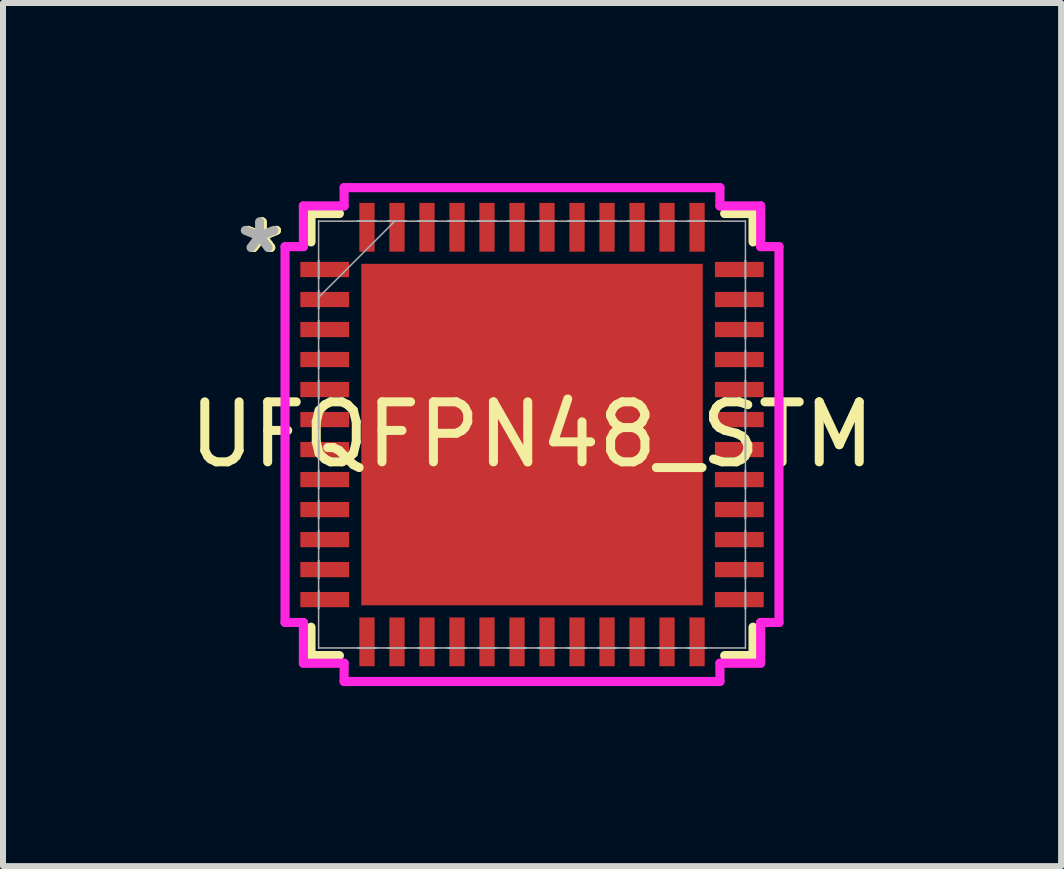
<source format=kicad_pcb>
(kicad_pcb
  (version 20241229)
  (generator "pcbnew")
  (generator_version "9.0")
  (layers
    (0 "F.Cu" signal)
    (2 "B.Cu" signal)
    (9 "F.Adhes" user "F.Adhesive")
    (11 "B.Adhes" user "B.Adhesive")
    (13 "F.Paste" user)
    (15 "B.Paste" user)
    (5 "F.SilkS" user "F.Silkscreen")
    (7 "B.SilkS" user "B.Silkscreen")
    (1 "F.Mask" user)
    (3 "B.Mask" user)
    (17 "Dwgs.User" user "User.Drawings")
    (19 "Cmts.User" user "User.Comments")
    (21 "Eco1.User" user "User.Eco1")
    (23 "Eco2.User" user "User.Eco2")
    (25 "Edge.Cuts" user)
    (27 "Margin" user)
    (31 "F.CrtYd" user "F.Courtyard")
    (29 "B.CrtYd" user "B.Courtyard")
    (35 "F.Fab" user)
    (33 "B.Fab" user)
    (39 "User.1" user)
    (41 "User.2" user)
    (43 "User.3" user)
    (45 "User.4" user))
  (footprint "UFQFPN48_STM"
    (layer "F.Cu")
    (at 5.815 4.191)
    (property "Reference" "UFQFPN48_STM" (at 0 0 0) (unlocked yes) (layer "F.SilkS") (effects (font (size 1 1) (thickness 0.15))))
    (attr smd)
    (fp_line (start -3.683 -3.683) (end -3.683 -3.21) (stroke (width 0.152) (type solid)) (layer "F.SilkS"))
    (fp_line (start -3.683 3.21) (end -3.683 3.683) (stroke (width 0.152) (type solid)) (layer "F.SilkS"))
    (fp_line (start -3.683 3.683) (end -3.21 3.683) (stroke (width 0.152) (type solid)) (layer "F.SilkS"))
    (fp_line (start -3.21 -3.683) (end -3.683 -3.683) (stroke (width 0.152) (type solid)) (layer "F.SilkS"))
    (fp_line (start 3.21 3.683) (end 3.683 3.683) (stroke (width 0.152) (type solid)) (layer "F.SilkS"))
    (fp_line (start 3.683 -3.683) (end 3.21 -3.683) (stroke (width 0.152) (type solid)) (layer "F.SilkS"))
    (fp_line (start 3.683 -3.21) (end 3.683 -3.683) (stroke (width 0.152) (type solid)) (layer "F.SilkS"))
    (fp_line (start 3.683 3.683) (end 3.683 3.21) (stroke (width 0.152) (type solid)) (layer "F.SilkS"))
    (fp_poly (pts (xy -2.745 -2.745) (xy -2.745 -1.522) (xy -1.522 -1.522) (xy -1.522 -2.745)) (stroke (width 0) (type solid)) (fill yes) (layer "F.Paste"))
    (fp_poly (pts (xy -2.745 -1.322) (xy -2.745 -0.1) (xy -1.522 -0.1) (xy -1.522 -1.322)) (stroke (width 0) (type solid)) (fill yes) (layer "F.Paste"))
    (fp_poly (pts (xy -2.745 0.1) (xy -2.745 1.322) (xy -1.522 1.322) (xy -1.522 0.1)) (stroke (width 0) (type solid)) (fill yes) (layer "F.Paste"))
    (fp_poly (pts (xy -2.745 1.522) (xy -2.745 2.745) (xy -1.522 2.745) (xy -1.522 1.522)) (stroke (width 0) (type solid)) (fill yes) (layer "F.Paste"))
    (fp_poly (pts (xy -1.322 -2.745) (xy -1.322 -1.522) (xy -0.1 -1.522) (xy -0.1 -2.745)) (stroke (width 0) (type solid)) (fill yes) (layer "F.Paste"))
    (fp_poly (pts (xy -1.322 -1.322) (xy -1.322 -0.1) (xy -0.1 -0.1) (xy -0.1 -1.322)) (stroke (width 0) (type solid)) (fill yes) (layer "F.Paste"))
    (fp_poly (pts (xy -1.322 0.1) (xy -1.322 1.322) (xy -0.1 1.322) (xy -0.1 0.1)) (stroke (width 0) (type solid)) (fill yes) (layer "F.Paste"))
    (fp_poly (pts (xy -1.322 1.522) (xy -1.322 2.745) (xy -0.1 2.745) (xy -0.1 1.522)) (stroke (width 0) (type solid)) (fill yes) (layer "F.Paste"))
    (fp_poly (pts (xy 0.1 -2.745) (xy 0.1 -1.522) (xy 1.322 -1.522) (xy 1.322 -2.745)) (stroke (width 0) (type solid)) (fill yes) (layer "F.Paste"))
    (fp_poly (pts (xy 0.1 -1.322) (xy 0.1 -0.1) (xy 1.322 -0.1) (xy 1.322 -1.322)) (stroke (width 0) (type solid)) (fill yes) (layer "F.Paste"))
    (fp_poly (pts (xy 0.1 0.1) (xy 0.1 1.322) (xy 1.322 1.322) (xy 1.322 0.1)) (stroke (width 0) (type solid)) (fill yes) (layer "F.Paste"))
    (fp_poly (pts (xy 0.1 1.522) (xy 0.1 2.745) (xy 1.322 2.745) (xy 1.322 1.522)) (stroke (width 0) (type solid)) (fill yes) (layer "F.Paste"))
    (fp_poly (pts (xy 1.522 -2.745) (xy 1.522 -1.522) (xy 2.745 -1.522) (xy 2.745 -2.745)) (stroke (width 0) (type solid)) (fill yes) (layer "F.Paste"))
    (fp_poly (pts (xy 1.522 -1.322) (xy 1.522 -0.1) (xy 2.745 -0.1) (xy 2.745 -1.322)) (stroke (width 0) (type solid)) (fill yes) (layer "F.Paste"))
    (fp_poly (pts (xy 1.522 0.1) (xy 1.522 1.322) (xy 2.745 1.322) (xy 2.745 0.1)) (stroke (width 0) (type solid)) (fill yes) (layer "F.Paste"))
    (fp_poly (pts (xy 1.522 1.522) (xy 1.522 2.745) (xy 2.745 2.745) (xy 2.745 1.522)) (stroke (width 0) (type solid)) (fill yes) (layer "F.Paste"))
    (fp_line (start -4.115 -3.131) (end -3.81 -3.131) (stroke (width 0.152) (type solid)) (layer "F.CrtYd"))
    (fp_line (start -4.115 3.131) (end -4.115 -3.131) (stroke (width 0.152) (type solid)) (layer "F.CrtYd"))
    (fp_line (start -3.81 -3.81) (end -3.131 -3.81) (stroke (width 0.152) (type solid)) (layer "F.CrtYd"))
    (fp_line (start -3.81 -3.131) (end -3.81 -3.81) (stroke (width 0.152) (type solid)) (layer "F.CrtYd"))
    (fp_line (start -3.81 3.131) (end -4.115 3.131) (stroke (width 0.152) (type solid)) (layer "F.CrtYd"))
    (fp_line (start -3.81 3.81) (end -3.81 3.131) (stroke (width 0.152) (type solid)) (layer "F.CrtYd"))
    (fp_line (start -3.131 -4.115) (end 3.131 -4.115) (stroke (width 0.152) (type solid)) (layer "F.CrtYd"))
    (fp_line (start -3.131 -3.81) (end -3.131 -4.115) (stroke (width 0.152) (type solid)) (layer "F.CrtYd"))
    (fp_line (start -3.131 3.81) (end -3.81 3.81) (stroke (width 0.152) (type solid)) (layer "F.CrtYd"))
    (fp_line (start -3.131 4.115) (end -3.131 3.81) (stroke (width 0.152) (type solid)) (layer "F.CrtYd"))
    (fp_line (start 3.131 -4.115) (end 3.131 -3.81) (stroke (width 0.152) (type solid)) (layer "F.CrtYd"))
    (fp_line (start 3.131 -3.81) (end 3.81 -3.81) (stroke (width 0.152) (type solid)) (layer "F.CrtYd"))
    (fp_line (start 3.131 3.81) (end 3.131 4.115) (stroke (width 0.152) (type solid)) (layer "F.CrtYd"))
    (fp_line (start 3.131 4.115) (end -3.131 4.115) (stroke (width 0.152) (type solid)) (layer "F.CrtYd"))
    (fp_line (start 3.81 -3.81) (end 3.81 -3.131) (stroke (width 0.152) (type solid)) (layer "F.CrtYd"))
    (fp_line (start 3.81 -3.131) (end 4.115 -3.131) (stroke (width 0.152) (type solid)) (layer "F.CrtYd"))
    (fp_line (start 3.81 3.131) (end 3.81 3.81) (stroke (width 0.152) (type solid)) (layer "F.CrtYd"))
    (fp_line (start 3.81 3.81) (end 3.131 3.81) (stroke (width 0.152) (type solid)) (layer "F.CrtYd"))
    (fp_line (start 4.115 -3.131) (end 4.115 3.131) (stroke (width 0.152) (type solid)) (layer "F.CrtYd"))
    (fp_line (start 4.115 3.131) (end 3.81 3.131) (stroke (width 0.152) (type solid)) (layer "F.CrtYd"))
    (fp_line (start -3.556 -3.556) (end -3.556 -3.556) (stroke (width 0.025) (type solid)) (layer "F.Fab"))
    (fp_line (start -3.556 -3.556) (end -3.556 3.556) (stroke (width 0.025) (type solid)) (layer "F.Fab"))
    (fp_line (start -3.556 -2.902) (end -3.556 -2.902) (stroke (width 0.025) (type solid)) (layer "F.Fab"))
    (fp_line (start -3.556 -2.902) (end -3.556 -2.598) (stroke (width 0.025) (type solid)) (layer "F.Fab"))
    (fp_line (start -3.556 -2.598) (end -3.556 -2.902) (stroke (width 0.025) (type solid)) (layer "F.Fab"))
    (fp_line (start -3.556 -2.598) (end -3.556 -2.598) (stroke (width 0.025) (type solid)) (layer "F.Fab"))
    (fp_line (start -3.556 -2.402) (end -3.556 -2.402) (stroke (width 0.025) (type solid)) (layer "F.Fab"))
    (fp_line (start -3.556 -2.402) (end -3.556 -2.098) (stroke (width 0.025) (type solid)) (layer "F.Fab"))
    (fp_line (start -3.556 -2.286) (end -2.286 -3.556) (stroke (width 0.025) (type solid)) (layer "F.Fab"))
    (fp_line (start -3.556 -2.098) (end -3.556 -2.402) (stroke (width 0.025) (type solid)) (layer "F.Fab"))
    (fp_line (start -3.556 -2.098) (end -3.556 -2.098) (stroke (width 0.025) (type solid)) (layer "F.Fab"))
    (fp_line (start -3.556 -1.902) (end -3.556 -1.902) (stroke (width 0.025) (type solid)) (layer "F.Fab"))
    (fp_line (start -3.556 -1.902) (end -3.556 -1.598) (stroke (width 0.025) (type solid)) (layer "F.Fab"))
    (fp_line (start -3.556 -1.598) (end -3.556 -1.902) (stroke (width 0.025) (type solid)) (layer "F.Fab"))
    (fp_line (start -3.556 -1.598) (end -3.556 -1.598) (stroke (width 0.025) (type solid)) (layer "F.Fab"))
    (fp_line (start -3.556 -1.402) (end -3.556 -1.402) (stroke (width 0.025) (type solid)) (layer "F.Fab"))
    (fp_line (start -3.556 -1.402) (end -3.556 -1.098) (stroke (width 0.025) (type solid)) (layer "F.Fab"))
    (fp_line (start -3.556 -1.098) (end -3.556 -1.402) (stroke (width 0.025) (type solid)) (layer "F.Fab"))
    (fp_line (start -3.556 -1.098) (end -3.556 -1.098) (stroke (width 0.025) (type solid)) (layer "F.Fab"))
    (fp_line (start -3.556 -0.902) (end -3.556 -0.902) (stroke (width 0.025) (type solid)) (layer "F.Fab"))
    (fp_line (start -3.556 -0.902) (end -3.556 -0.598) (stroke (width 0.025) (type solid)) (layer "F.Fab"))
    (fp_line (start -3.556 -0.598) (end -3.556 -0.902) (stroke (width 0.025) (type solid)) (layer "F.Fab"))
    (fp_line (start -3.556 -0.598) (end -3.556 -0.598) (stroke (width 0.025) (type solid)) (layer "F.Fab"))
    (fp_line (start -3.556 -0.402) (end -3.556 -0.402) (stroke (width 0.025) (type solid)) (layer "F.Fab"))
    (fp_line (start -3.556 -0.402) (end -3.556 -0.098) (stroke (width 0.025) (type solid)) (layer "F.Fab"))
    (fp_line (start -3.556 -0.098) (end -3.556 -0.402) (stroke (width 0.025) (type solid)) (layer "F.Fab"))
    (fp_line (start -3.556 -0.098) (end -3.556 -0.098) (stroke (width 0.025) (type solid)) (layer "F.Fab"))
    (fp_line (start -3.556 0.098) (end -3.556 0.098) (stroke (width 0.025) (type solid)) (layer "F.Fab"))
    (fp_line (start -3.556 0.098) (end -3.556 0.402) (stroke (width 0.025) (type solid)) (layer "F.Fab"))
    (fp_line (start -3.556 0.402) (end -3.556 0.098) (stroke (width 0.025) (type solid)) (layer "F.Fab"))
    (fp_line (start -3.556 0.402) (end -3.556 0.402) (stroke (width 0.025) (type solid)) (layer "F.Fab"))
    (fp_line (start -3.556 0.598) (end -3.556 0.598) (stroke (width 0.025) (type solid)) (layer "F.Fab"))
    (fp_line (start -3.556 0.598) (end -3.556 0.902) (stroke (width 0.025) (type solid)) (layer "F.Fab"))
    (fp_line (start -3.556 0.902) (end -3.556 0.598) (stroke (width 0.025) (type solid)) (layer "F.Fab"))
    (fp_line (start -3.556 0.902) (end -3.556 0.902) (stroke (width 0.025) (type solid)) (layer "F.Fab"))
    (fp_line (start -3.556 1.098) (end -3.556 1.098) (stroke (width 0.025) (type solid)) (layer "F.Fab"))
    (fp_line (start -3.556 1.098) (end -3.556 1.402) (stroke (width 0.025) (type solid)) (layer "F.Fab"))
    (fp_line (start -3.556 1.402) (end -3.556 1.098) (stroke (width 0.025) (type solid)) (layer "F.Fab"))
    (fp_line (start -3.556 1.402) (end -3.556 1.402) (stroke (width 0.025) (type solid)) (layer "F.Fab"))
    (fp_line (start -3.556 1.598) (end -3.556 1.598) (stroke (width 0.025) (type solid)) (layer "F.Fab"))
    (fp_line (start -3.556 1.598) (end -3.556 1.902) (stroke (width 0.025) (type solid)) (layer "F.Fab"))
    (fp_line (start -3.556 1.902) (end -3.556 1.598) (stroke (width 0.025) (type solid)) (layer "F.Fab"))
    (fp_line (start -3.556 1.902) (end -3.556 1.902) (stroke (width 0.025) (type solid)) (layer "F.Fab"))
    (fp_line (start -3.556 2.098) (end -3.556 2.098) (stroke (width 0.025) (type solid)) (layer "F.Fab"))
    (fp_line (start -3.556 2.098) (end -3.556 2.402) (stroke (width 0.025) (type solid)) (layer "F.Fab"))
    (fp_line (start -3.556 2.402) (end -3.556 2.098) (stroke (width 0.025) (type solid)) (layer "F.Fab"))
    (fp_line (start -3.556 2.402) (end -3.556 2.402) (stroke (width 0.025) (type solid)) (layer "F.Fab"))
    (fp_line (start -3.556 2.598) (end -3.556 2.598) (stroke (width 0.025) (type solid)) (layer "F.Fab"))
    (fp_line (start -3.556 2.598) (end -3.556 2.902) (stroke (width 0.025) (type solid)) (layer "F.Fab"))
    (fp_line (start -3.556 2.902) (end -3.556 2.598) (stroke (width 0.025) (type solid)) (layer "F.Fab"))
    (fp_line (start -3.556 2.902) (end -3.556 2.902) (stroke (width 0.025) (type solid)) (layer "F.Fab"))
    (fp_line (start -3.556 3.556) (end -3.556 3.556) (stroke (width 0.025) (type solid)) (layer "F.Fab"))
    (fp_line (start -3.556 3.556) (end 3.556 3.556) (stroke (width 0.025) (type solid)) (layer "F.Fab"))
    (fp_line (start -2.902 -3.556) (end -2.902 -3.556) (stroke (width 0.025) (type solid)) (layer "F.Fab"))
    (fp_line (start -2.902 -3.556) (end -2.598 -3.556) (stroke (width 0.025) (type solid)) (layer "F.Fab"))
    (fp_line (start -2.902 3.556) (end -2.902 3.556) (stroke (width 0.025) (type solid)) (layer "F.Fab"))
    (fp_line (start -2.902 3.556) (end -2.598 3.556) (stroke (width 0.025) (type solid)) (layer "F.Fab"))
    (fp_line (start -2.598 -3.556) (end -2.902 -3.556) (stroke (width 0.025) (type solid)) (layer "F.Fab"))
    (fp_line (start -2.598 -3.556) (end -2.598 -3.556) (stroke (width 0.025) (type solid)) (layer "F.Fab"))
    (fp_line (start -2.598 3.556) (end -2.902 3.556) (stroke (width 0.025) (type solid)) (layer "F.Fab"))
    (fp_line (start -2.598 3.556) (end -2.598 3.556) (stroke (width 0.025) (type solid)) (layer "F.Fab"))
    (fp_line (start -2.402 -3.556) (end -2.402 -3.556) (stroke (width 0.025) (type solid)) (layer "F.Fab"))
    (fp_line (start -2.402 -3.556) (end -2.098 -3.556) (stroke (width 0.025) (type solid)) (layer "F.Fab"))
    (fp_line (start -2.402 3.556) (end -2.402 3.556) (stroke (width 0.025) (type solid)) (layer "F.Fab"))
    (fp_line (start -2.402 3.556) (end -2.098 3.556) (stroke (width 0.025) (type solid)) (layer "F.Fab"))
    (fp_line (start -2.098 -3.556) (end -2.402 -3.556) (stroke (width 0.025) (type solid)) (layer "F.Fab"))
    (fp_line (start -2.098 -3.556) (end -2.098 -3.556) (stroke (width 0.025) (type solid)) (layer "F.Fab"))
    (fp_line (start -2.098 3.556) (end -2.402 3.556) (stroke (width 0.025) (type solid)) (layer "F.Fab"))
    (fp_line (start -2.098 3.556) (end -2.098 3.556) (stroke (width 0.025) (type solid)) (layer "F.Fab"))
    (fp_line (start -1.902 -3.556) (end -1.902 -3.556) (stroke (width 0.025) (type solid)) (layer "F.Fab"))
    (fp_line (start -1.902 -3.556) (end -1.598 -3.556) (stroke (width 0.025) (type solid)) (layer "F.Fab"))
    (fp_line (start -1.902 3.556) (end -1.902 3.556) (stroke (width 0.025) (type solid)) (layer "F.Fab"))
    (fp_line (start -1.902 3.556) (end -1.598 3.556) (stroke (width 0.025) (type solid)) (layer "F.Fab"))
    (fp_line (start -1.598 -3.556) (end -1.902 -3.556) (stroke (width 0.025) (type solid)) (layer "F.Fab"))
    (fp_line (start -1.598 -3.556) (end -1.598 -3.556) (stroke (width 0.025) (type solid)) (layer "F.Fab"))
    (fp_line (start -1.598 3.556) (end -1.902 3.556) (stroke (width 0.025) (type solid)) (layer "F.Fab"))
    (fp_line (start -1.598 3.556) (end -1.598 3.556) (stroke (width 0.025) (type solid)) (layer "F.Fab"))
    (fp_line (start -1.402 -3.556) (end -1.402 -3.556) (stroke (width 0.025) (type solid)) (layer "F.Fab"))
    (fp_line (start -1.402 -3.556) (end -1.098 -3.556) (stroke (width 0.025) (type solid)) (layer "F.Fab"))
    (fp_line (start -1.402 3.556) (end -1.402 3.556) (stroke (width 0.025) (type solid)) (layer "F.Fab"))
    (fp_line (start -1.402 3.556) (end -1.098 3.556) (stroke (width 0.025) (type solid)) (layer "F.Fab"))
    (fp_line (start -1.098 -3.556) (end -1.402 -3.556) (stroke (width 0.025) (type solid)) (layer "F.Fab"))
    (fp_line (start -1.098 -3.556) (end -1.098 -3.556) (stroke (width 0.025) (type solid)) (layer "F.Fab"))
    (fp_line (start -1.098 3.556) (end -1.402 3.556) (stroke (width 0.025) (type solid)) (layer "F.Fab"))
    (fp_line (start -1.098 3.556) (end -1.098 3.556) (stroke (width 0.025) (type solid)) (layer "F.Fab"))
    (fp_line (start -0.902 -3.556) (end -0.902 -3.556) (stroke (width 0.025) (type solid)) (layer "F.Fab"))
    (fp_line (start -0.902 -3.556) (end -0.598 -3.556) (stroke (width 0.025) (type solid)) (layer "F.Fab"))
    (fp_line (start -0.902 3.556) (end -0.902 3.556) (stroke (width 0.025) (type solid)) (layer "F.Fab"))
    (fp_line (start -0.902 3.556) (end -0.598 3.556) (stroke (width 0.025) (type solid)) (layer "F.Fab"))
    (fp_line (start -0.598 -3.556) (end -0.902 -3.556) (stroke (width 0.025) (type solid)) (layer "F.Fab"))
    (fp_line (start -0.598 -3.556) (end -0.598 -3.556) (stroke (width 0.025) (type solid)) (layer "F.Fab"))
    (fp_line (start -0.598 3.556) (end -0.902 3.556) (stroke (width 0.025) (type solid)) (layer "F.Fab"))
    (fp_line (start -0.598 3.556) (end -0.598 3.556) (stroke (width 0.025) (type solid)) (layer "F.Fab"))
    (fp_line (start -0.402 -3.556) (end -0.402 -3.556) (stroke (width 0.025) (type solid)) (layer "F.Fab"))
    (fp_line (start -0.402 -3.556) (end -0.098 -3.556) (stroke (width 0.025) (type solid)) (layer "F.Fab"))
    (fp_line (start -0.402 3.556) (end -0.402 3.556) (stroke (width 0.025) (type solid)) (layer "F.Fab"))
    (fp_line (start -0.402 3.556) (end -0.098 3.556) (stroke (width 0.025) (type solid)) (layer "F.Fab"))
    (fp_line (start -0.098 -3.556) (end -0.402 -3.556) (stroke (width 0.025) (type solid)) (layer "F.Fab"))
    (fp_line (start -0.098 -3.556) (end -0.098 -3.556) (stroke (width 0.025) (type solid)) (layer "F.Fab"))
    (fp_line (start -0.098 3.556) (end -0.402 3.556) (stroke (width 0.025) (type solid)) (layer "F.Fab"))
    (fp_line (start -0.098 3.556) (end -0.098 3.556) (stroke (width 0.025) (type solid)) (layer "F.Fab"))
    (fp_line (start 0.098 -3.556) (end 0.098 -3.556) (stroke (width 0.025) (type solid)) (layer "F.Fab"))
    (fp_line (start 0.098 -3.556) (end 0.402 -3.556) (stroke (width 0.025) (type solid)) (layer "F.Fab"))
    (fp_line (start 0.098 3.556) (end 0.098 3.556) (stroke (width 0.025) (type solid)) (layer "F.Fab"))
    (fp_line (start 0.098 3.556) (end 0.402 3.556) (stroke (width 0.025) (type solid)) (layer "F.Fab"))
    (fp_line (start 0.402 -3.556) (end 0.098 -3.556) (stroke (width 0.025) (type solid)) (layer "F.Fab"))
    (fp_line (start 0.402 -3.556) (end 0.402 -3.556) (stroke (width 0.025) (type solid)) (layer "F.Fab"))
    (fp_line (start 0.402 3.556) (end 0.098 3.556) (stroke (width 0.025) (type solid)) (layer "F.Fab"))
    (fp_line (start 0.402 3.556) (end 0.402 3.556) (stroke (width 0.025) (type solid)) (layer "F.Fab"))
    (fp_line (start 0.598 -3.556) (end 0.598 -3.556) (stroke (width 0.025) (type solid)) (layer "F.Fab"))
    (fp_line (start 0.598 -3.556) (end 0.902 -3.556) (stroke (width 0.025) (type solid)) (layer "F.Fab"))
    (fp_line (start 0.598 3.556) (end 0.598 3.556) (stroke (width 0.025) (type solid)) (layer "F.Fab"))
    (fp_line (start 0.598 3.556) (end 0.902 3.556) (stroke (width 0.025) (type solid)) (layer "F.Fab"))
    (fp_line (start 0.902 -3.556) (end 0.598 -3.556) (stroke (width 0.025) (type solid)) (layer "F.Fab"))
    (fp_line (start 0.902 -3.556) (end 0.902 -3.556) (stroke (width 0.025) (type solid)) (layer "F.Fab"))
    (fp_line (start 0.902 3.556) (end 0.598 3.556) (stroke (width 0.025) (type solid)) (layer "F.Fab"))
    (fp_line (start 0.902 3.556) (end 0.902 3.556) (stroke (width 0.025) (type solid)) (layer "F.Fab"))
    (fp_line (start 1.098 -3.556) (end 1.098 -3.556) (stroke (width 0.025) (type solid)) (layer "F.Fab"))
    (fp_line (start 1.098 -3.556) (end 1.402 -3.556) (stroke (width 0.025) (type solid)) (layer "F.Fab"))
    (fp_line (start 1.098 3.556) (end 1.098 3.556) (stroke (width 0.025) (type solid)) (layer "F.Fab"))
    (fp_line (start 1.098 3.556) (end 1.402 3.556) (stroke (width 0.025) (type solid)) (layer "F.Fab"))
    (fp_line (start 1.402 -3.556) (end 1.098 -3.556) (stroke (width 0.025) (type solid)) (layer "F.Fab"))
    (fp_line (start 1.402 -3.556) (end 1.402 -3.556) (stroke (width 0.025) (type solid)) (layer "F.Fab"))
    (fp_line (start 1.402 3.556) (end 1.098 3.556) (stroke (width 0.025) (type solid)) (layer "F.Fab"))
    (fp_line (start 1.402 3.556) (end 1.402 3.556) (stroke (width 0.025) (type solid)) (layer "F.Fab"))
    (fp_line (start 1.598 -3.556) (end 1.598 -3.556) (stroke (width 0.025) (type solid)) (layer "F.Fab"))
    (fp_line (start 1.598 -3.556) (end 1.902 -3.556) (stroke (width 0.025) (type solid)) (layer "F.Fab"))
    (fp_line (start 1.598 3.556) (end 1.598 3.556) (stroke (width 0.025) (type solid)) (layer "F.Fab"))
    (fp_line (start 1.598 3.556) (end 1.902 3.556) (stroke (width 0.025) (type solid)) (layer "F.Fab"))
    (fp_line (start 1.902 -3.556) (end 1.598 -3.556) (stroke (width 0.025) (type solid)) (layer "F.Fab"))
    (fp_line (start 1.902 -3.556) (end 1.902 -3.556) (stroke (width 0.025) (type solid)) (layer "F.Fab"))
    (fp_line (start 1.902 3.556) (end 1.598 3.556) (stroke (width 0.025) (type solid)) (layer "F.Fab"))
    (fp_line (start 1.902 3.556) (end 1.902 3.556) (stroke (width 0.025) (type solid)) (layer "F.Fab"))
    (fp_line (start 2.098 -3.556) (end 2.098 -3.556) (stroke (width 0.025) (type solid)) (layer "F.Fab"))
    (fp_line (start 2.098 -3.556) (end 2.402 -3.556) (stroke (width 0.025) (type solid)) (layer "F.Fab"))
    (fp_line (start 2.098 3.556) (end 2.098 3.556) (stroke (width 0.025) (type solid)) (layer "F.Fab"))
    (fp_line (start 2.098 3.556) (end 2.402 3.556) (stroke (width 0.025) (type solid)) (layer "F.Fab"))
    (fp_line (start 2.402 -3.556) (end 2.098 -3.556) (stroke (width 0.025) (type solid)) (layer "F.Fab"))
    (fp_line (start 2.402 -3.556) (end 2.402 -3.556) (stroke (width 0.025) (type solid)) (layer "F.Fab"))
    (fp_line (start 2.402 3.556) (end 2.098 3.556) (stroke (width 0.025) (type solid)) (layer "F.Fab"))
    (fp_line (start 2.402 3.556) (end 2.402 3.556) (stroke (width 0.025) (type solid)) (layer "F.Fab"))
    (fp_line (start 2.598 -3.556) (end 2.598 -3.556) (stroke (width 0.025) (type solid)) (layer "F.Fab"))
    (fp_line (start 2.598 -3.556) (end 2.902 -3.556) (stroke (width 0.025) (type solid)) (layer "F.Fab"))
    (fp_line (start 2.598 3.556) (end 2.598 3.556) (stroke (width 0.025) (type solid)) (layer "F.Fab"))
    (fp_line (start 2.598 3.556) (end 2.902 3.556) (stroke (width 0.025) (type solid)) (layer "F.Fab"))
    (fp_line (start 2.902 -3.556) (end 2.598 -3.556) (stroke (width 0.025) (type solid)) (layer "F.Fab"))
    (fp_line (start 2.902 -3.556) (end 2.902 -3.556) (stroke (width 0.025) (type solid)) (layer "F.Fab"))
    (fp_line (start 2.902 3.556) (end 2.598 3.556) (stroke (width 0.025) (type solid)) (layer "F.Fab"))
    (fp_line (start 2.902 3.556) (end 2.902 3.556) (stroke (width 0.025) (type solid)) (layer "F.Fab"))
    (fp_line (start 3.556 -3.556) (end -3.556 -3.556) (stroke (width 0.025) (type solid)) (layer "F.Fab"))
    (fp_line (start 3.556 -3.556) (end 3.556 -3.556) (stroke (width 0.025) (type solid)) (layer "F.Fab"))
    (fp_line (start 3.556 -2.902) (end 3.556 -2.902) (stroke (width 0.025) (type solid)) (layer "F.Fab"))
    (fp_line (start 3.556 -2.902) (end 3.556 -2.598) (stroke (width 0.025) (type solid)) (layer "F.Fab"))
    (fp_line (start 3.556 -2.598) (end 3.556 -2.902) (stroke (width 0.025) (type solid)) (layer "F.Fab"))
    (fp_line (start 3.556 -2.598) (end 3.556 -2.598) (stroke (width 0.025) (type solid)) (layer "F.Fab"))
    (fp_line (start 3.556 -2.402) (end 3.556 -2.402) (stroke (width 0.025) (type solid)) (layer "F.Fab"))
    (fp_line (start 3.556 -2.402) (end 3.556 -2.098) (stroke (width 0.025) (type solid)) (layer "F.Fab"))
    (fp_line (start 3.556 -2.098) (end 3.556 -2.402) (stroke (width 0.025) (type solid)) (layer "F.Fab"))
    (fp_line (start 3.556 -2.098) (end 3.556 -2.098) (stroke (width 0.025) (type solid)) (layer "F.Fab"))
    (fp_line (start 3.556 -1.902) (end 3.556 -1.902) (stroke (width 0.025) (type solid)) (layer "F.Fab"))
    (fp_line (start 3.556 -1.902) (end 3.556 -1.598) (stroke (width 0.025) (type solid)) (layer "F.Fab"))
    (fp_line (start 3.556 -1.598) (end 3.556 -1.902) (stroke (width 0.025) (type solid)) (layer "F.Fab"))
    (fp_line (start 3.556 -1.598) (end 3.556 -1.598) (stroke (width 0.025) (type solid)) (layer "F.Fab"))
    (fp_line (start 3.556 -1.402) (end 3.556 -1.402) (stroke (width 0.025) (type solid)) (layer "F.Fab"))
    (fp_line (start 3.556 -1.402) (end 3.556 -1.098) (stroke (width 0.025) (type solid)) (layer "F.Fab"))
    (fp_line (start 3.556 -1.098) (end 3.556 -1.402) (stroke (width 0.025) (type solid)) (layer "F.Fab"))
    (fp_line (start 3.556 -1.098) (end 3.556 -1.098) (stroke (width 0.025) (type solid)) (layer "F.Fab"))
    (fp_line (start 3.556 -0.902) (end 3.556 -0.902) (stroke (width 0.025) (type solid)) (layer "F.Fab"))
    (fp_line (start 3.556 -0.902) (end 3.556 -0.598) (stroke (width 0.025) (type solid)) (layer "F.Fab"))
    (fp_line (start 3.556 -0.598) (end 3.556 -0.902) (stroke (width 0.025) (type solid)) (layer "F.Fab"))
    (fp_line (start 3.556 -0.598) (end 3.556 -0.598) (stroke (width 0.025) (type solid)) (layer "F.Fab"))
    (fp_line (start 3.556 -0.402) (end 3.556 -0.402) (stroke (width 0.025) (type solid)) (layer "F.Fab"))
    (fp_line (start 3.556 -0.402) (end 3.556 -0.098) (stroke (width 0.025) (type solid)) (layer "F.Fab"))
    (fp_line (start 3.556 -0.098) (end 3.556 -0.402) (stroke (width 0.025) (type solid)) (layer "F.Fab"))
    (fp_line (start 3.556 -0.098) (end 3.556 -0.098) (stroke (width 0.025) (type solid)) (layer "F.Fab"))
    (fp_line (start 3.556 0.098) (end 3.556 0.098) (stroke (width 0.025) (type solid)) (layer "F.Fab"))
    (fp_line (start 3.556 0.098) (end 3.556 0.402) (stroke (width 0.025) (type solid)) (layer "F.Fab"))
    (fp_line (start 3.556 0.402) (end 3.556 0.098) (stroke (width 0.025) (type solid)) (layer "F.Fab"))
    (fp_line (start 3.556 0.402) (end 3.556 0.402) (stroke (width 0.025) (type solid)) (layer "F.Fab"))
    (fp_line (start 3.556 0.598) (end 3.556 0.598) (stroke (width 0.025) (type solid)) (layer "F.Fab"))
    (fp_line (start 3.556 0.598) (end 3.556 0.902) (stroke (width 0.025) (type solid)) (layer "F.Fab"))
    (fp_line (start 3.556 0.902) (end 3.556 0.598) (stroke (width 0.025) (type solid)) (layer "F.Fab"))
    (fp_line (start 3.556 0.902) (end 3.556 0.902) (stroke (width 0.025) (type solid)) (layer "F.Fab"))
    (fp_line (start 3.556 1.098) (end 3.556 1.098) (stroke (width 0.025) (type solid)) (layer "F.Fab"))
    (fp_line (start 3.556 1.098) (end 3.556 1.402) (stroke (width 0.025) (type solid)) (layer "F.Fab"))
    (fp_line (start 3.556 1.402) (end 3.556 1.098) (stroke (width 0.025) (type solid)) (layer "F.Fab"))
    (fp_line (start 3.556 1.402) (end 3.556 1.402) (stroke (width 0.025) (type solid)) (layer "F.Fab"))
    (fp_line (start 3.556 1.598) (end 3.556 1.598) (stroke (width 0.025) (type solid)) (layer "F.Fab"))
    (fp_line (start 3.556 1.598) (end 3.556 1.902) (stroke (width 0.025) (type solid)) (layer "F.Fab"))
    (fp_line (start 3.556 1.902) (end 3.556 1.598) (stroke (width 0.025) (type solid)) (layer "F.Fab"))
    (fp_line (start 3.556 1.902) (end 3.556 1.902) (stroke (width 0.025) (type solid)) (layer "F.Fab"))
    (fp_line (start 3.556 2.098) (end 3.556 2.098) (stroke (width 0.025) (type solid)) (layer "F.Fab"))
    (fp_line (start 3.556 2.098) (end 3.556 2.402) (stroke (width 0.025) (type solid)) (layer "F.Fab"))
    (fp_line (start 3.556 2.402) (end 3.556 2.098) (stroke (width 0.025) (type solid)) (layer "F.Fab"))
    (fp_line (start 3.556 2.402) (end 3.556 2.402) (stroke (width 0.025) (type solid)) (layer "F.Fab"))
    (fp_line (start 3.556 2.598) (end 3.556 2.598) (stroke (width 0.025) (type solid)) (layer "F.Fab"))
    (fp_line (start 3.556 2.598) (end 3.556 2.902) (stroke (width 0.025) (type solid)) (layer "F.Fab"))
    (fp_line (start 3.556 2.902) (end 3.556 2.598) (stroke (width 0.025) (type solid)) (layer "F.Fab"))
    (fp_line (start 3.556 2.902) (end 3.556 2.902) (stroke (width 0.025) (type solid)) (layer "F.Fab"))
    (fp_line (start 3.556 3.556) (end 3.556 -3.556) (stroke (width 0.025) (type solid)) (layer "F.Fab"))
    (fp_line (start 3.556 3.556) (end 3.556 3.556) (stroke (width 0.025) (type solid)) (layer "F.Fab"))
    (fp_text user "*" (at -4.496 -3 0) (layer "F.SilkS") (effects (font (size 1 1) (thickness 0.15))))
    (fp_text user "*" (at -4.496 -3 0) (unlocked yes) (layer "F.SilkS") (effects (font (size 1 1) (thickness 0.15))))
    (fp_text user "*" (at -4.54 -3 0) (unlocked yes) (layer "F.Fab") (effects (font (size 1 1) (thickness 0.15))))
    (pad "1" smd rect (at -3.454 -2.75 90) (size 0.254 0.813) (layers "F.Cu" "F.Mask" "F.Paste"))
    (pad "2" smd rect (at -3.454 -2.25 90) (size 0.254 0.813) (layers "F.Cu" "F.Mask" "F.Paste"))
    (pad "3" smd rect (at -3.454 -1.75 90) (size 0.254 0.813) (layers "F.Cu" "F.Mask" "F.Paste"))
    (pad "4" smd rect (at -3.454 -1.25 90) (size 0.254 0.813) (layers "F.Cu" "F.Mask" "F.Paste"))
    (pad "5" smd rect (at -3.454 -0.75 90) (size 0.254 0.813) (layers "F.Cu" "F.Mask" "F.Paste"))
    (pad "6" smd rect (at -3.454 -0.25 90) (size 0.254 0.813) (layers "F.Cu" "F.Mask" "F.Paste"))
    (pad "7" smd rect (at -3.454 0.25 90) (size 0.254 0.813) (layers "F.Cu" "F.Mask" "F.Paste"))
    (pad "8" smd rect (at -3.454 0.75 90) (size 0.254 0.813) (layers "F.Cu" "F.Mask" "F.Paste"))
    (pad "9" smd rect (at -3.454 1.25 90) (size 0.254 0.813) (layers "F.Cu" "F.Mask" "F.Paste"))
    (pad "10" smd rect (at -3.454 1.75 90) (size 0.254 0.813) (layers "F.Cu" "F.Mask" "F.Paste"))
    (pad "11" smd rect (at -3.454 2.25 90) (size 0.254 0.813) (layers "F.Cu" "F.Mask" "F.Paste"))
    (pad "12" smd rect (at -3.454 2.75 90) (size 0.254 0.813) (layers "F.Cu" "F.Mask" "F.Paste"))
    (pad "13" smd rect (at -2.75 3.454) (size 0.254 0.813) (layers "F.Cu" "F.Mask" "F.Paste"))
    (pad "14" smd rect (at -2.25 3.454) (size 0.254 0.813) (layers "F.Cu" "F.Mask" "F.Paste"))
    (pad "15" smd rect (at -1.75 3.454) (size 0.254 0.813) (layers "F.Cu" "F.Mask" "F.Paste"))
    (pad "16" smd rect (at -1.25 3.454) (size 0.254 0.813) (layers "F.Cu" "F.Mask" "F.Paste"))
    (pad "17" smd rect (at -0.75 3.454) (size 0.254 0.813) (layers "F.Cu" "F.Mask" "F.Paste"))
    (pad "18" smd rect (at -0.25 3.454) (size 0.254 0.813) (layers "F.Cu" "F.Mask" "F.Paste"))
    (pad "19" smd rect (at 0.25 3.454) (size 0.254 0.813) (layers "F.Cu" "F.Mask" "F.Paste"))
    (pad "20" smd rect (at 0.75 3.454) (size 0.254 0.813) (layers "F.Cu" "F.Mask" "F.Paste"))
    (pad "21" smd rect (at 1.25 3.454) (size 0.254 0.813) (layers "F.Cu" "F.Mask" "F.Paste"))
    (pad "22" smd rect (at 1.75 3.454) (size 0.254 0.813) (layers "F.Cu" "F.Mask" "F.Paste"))
    (pad "23" smd rect (at 2.25 3.454) (size 0.254 0.813) (layers "F.Cu" "F.Mask" "F.Paste"))
    (pad "24" smd rect (at 2.75 3.454) (size 0.254 0.813) (layers "F.Cu" "F.Mask" "F.Paste"))
    (pad "25" smd rect (at 3.454 2.75 90) (size 0.254 0.813) (layers "F.Cu" "F.Mask" "F.Paste"))
    (pad "26" smd rect (at 3.454 2.25 90) (size 0.254 0.813) (layers "F.Cu" "F.Mask" "F.Paste"))
    (pad "27" smd rect (at 3.454 1.75 90) (size 0.254 0.813) (layers "F.Cu" "F.Mask" "F.Paste"))
    (pad "28" smd rect (at 3.454 1.25 90) (size 0.254 0.813) (layers "F.Cu" "F.Mask" "F.Paste"))
    (pad "29" smd rect (at 3.454 0.75 90) (size 0.254 0.813) (layers "F.Cu" "F.Mask" "F.Paste"))
    (pad "30" smd rect (at 3.454 0.25 90) (size 0.254 0.813) (layers "F.Cu" "F.Mask" "F.Paste"))
    (pad "31" smd rect (at 3.454 -0.25 90) (size 0.254 0.813) (layers "F.Cu" "F.Mask" "F.Paste"))
    (pad "32" smd rect (at 3.454 -0.75 90) (size 0.254 0.813) (layers "F.Cu" "F.Mask" "F.Paste"))
    (pad "33" smd rect (at 3.454 -1.25 90) (size 0.254 0.813) (layers "F.Cu" "F.Mask" "F.Paste"))
    (pad "34" smd rect (at 3.454 -1.75 90) (size 0.254 0.813) (layers "F.Cu" "F.Mask" "F.Paste"))
    (pad "35" smd rect (at 3.454 -2.25 90) (size 0.254 0.813) (layers "F.Cu" "F.Mask" "F.Paste"))
    (pad "36" smd rect (at 3.454 -2.75 90) (size 0.254 0.813) (layers "F.Cu" "F.Mask" "F.Paste"))
    (pad "37" smd rect (at 2.75 -3.454) (size 0.254 0.813) (layers "F.Cu" "F.Mask" "F.Paste"))
    (pad "38" smd rect (at 2.25 -3.454) (size 0.254 0.813) (layers "F.Cu" "F.Mask" "F.Paste"))
    (pad "39" smd rect (at 1.75 -3.454) (size 0.254 0.813) (layers "F.Cu" "F.Mask" "F.Paste"))
    (pad "40" smd rect (at 1.25 -3.454) (size 0.254 0.813) (layers "F.Cu" "F.Mask" "F.Paste"))
    (pad "41" smd rect (at 0.75 -3.454) (size 0.254 0.813) (layers "F.Cu" "F.Mask" "F.Paste"))
    (pad "42" smd rect (at 0.25 -3.454) (size 0.254 0.813) (layers "F.Cu" "F.Mask" "F.Paste"))
    (pad "43" smd rect (at -0.25 -3.454) (size 0.254 0.813) (layers "F.Cu" "F.Mask" "F.Paste"))
    (pad "44" smd rect (at -0.75 -3.454) (size 0.254 0.813) (layers "F.Cu" "F.Mask" "F.Paste"))
    (pad "45" smd rect (at -1.25 -3.454) (size 0.254 0.813) (layers "F.Cu" "F.Mask" "F.Paste"))
    (pad "46" smd rect (at -1.75 -3.454) (size 0.254 0.813) (layers "F.Cu" "F.Mask" "F.Paste"))
    (pad "47" smd rect (at -2.25 -3.454) (size 0.254 0.813) (layers "F.Cu" "F.Mask" "F.Paste"))
    (pad "48" smd rect (at -2.75 -3.454) (size 0.254 0.813) (layers "F.Cu" "F.Mask" "F.Paste"))
    (pad "49" smd rect (at 0 0) (size 5.69 5.69) (layers "F.Cu" "F.Mask" "F.Paste")))
  (gr_rect
    (start -3 -3)
    (end 14.631 11.382)
    (stroke (width 0.1) (type default))
    (fill no)
    (layer "Edge.Cuts")))
</source>
